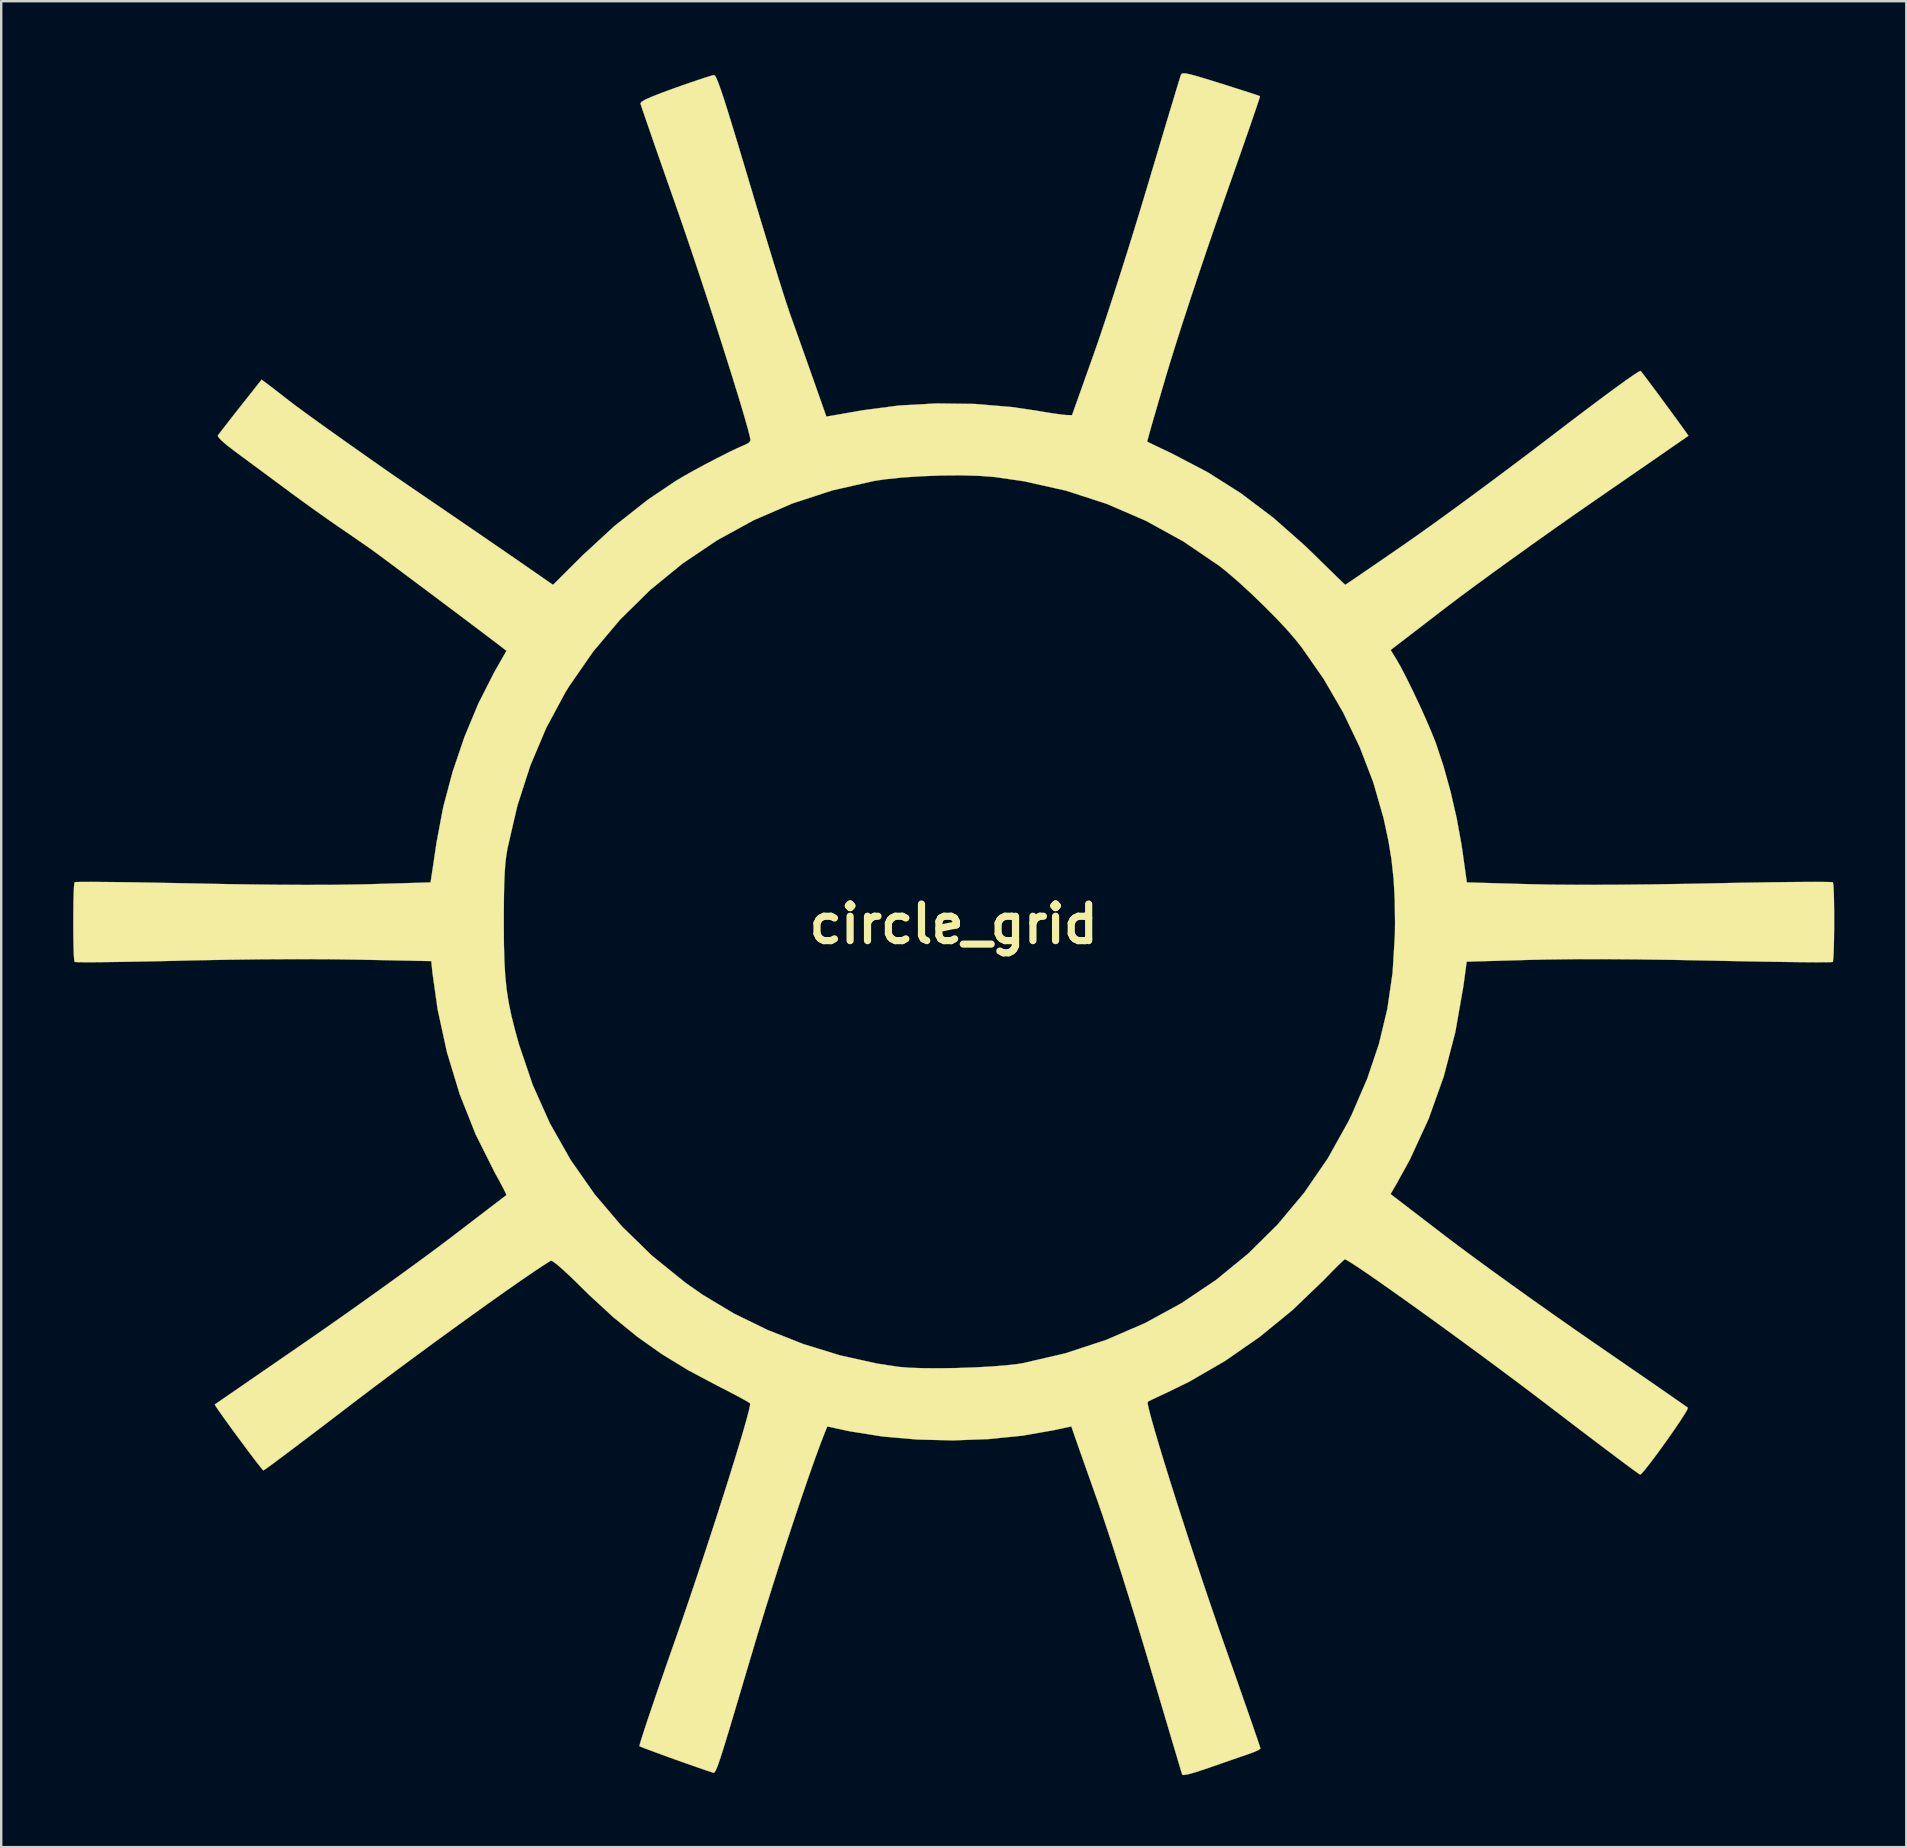
<source format=kicad_pcb>
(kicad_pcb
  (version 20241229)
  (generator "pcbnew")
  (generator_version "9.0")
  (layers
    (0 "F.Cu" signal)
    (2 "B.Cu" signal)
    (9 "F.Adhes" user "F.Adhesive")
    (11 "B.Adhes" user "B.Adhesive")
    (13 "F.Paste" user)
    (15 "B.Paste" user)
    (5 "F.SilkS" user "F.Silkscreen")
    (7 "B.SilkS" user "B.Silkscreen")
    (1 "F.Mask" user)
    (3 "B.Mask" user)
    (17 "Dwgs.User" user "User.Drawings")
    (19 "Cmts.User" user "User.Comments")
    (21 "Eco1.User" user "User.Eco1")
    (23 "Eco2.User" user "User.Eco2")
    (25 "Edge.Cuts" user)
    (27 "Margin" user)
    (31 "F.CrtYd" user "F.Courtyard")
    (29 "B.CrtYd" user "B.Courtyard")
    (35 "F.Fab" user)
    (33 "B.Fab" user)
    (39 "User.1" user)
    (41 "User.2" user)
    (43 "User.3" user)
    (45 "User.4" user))
  (footprint "circle_grid"
    (layer "F.Cu")
    (at 36.697 35.462)
    (property "Reference" "circle_grid" (at 0 0 0) (layer "F.SilkS") (effects (font (size 1.524 1.524) (thickness 0.3))))
    (attr through_hole)
    (fp_poly (pts (xy 9.692 -35.448) (xy 9.893 -35.404) (xy 10.192 -35.321) (xy 10.611 -35.195) (xy 11.134 -35.032) (xy 11.626 -34.876) (xy 12.059 -34.738) (xy 12.41 -34.625) (xy 12.652 -34.545) (xy 12.763 -34.506) (xy 12.766 -34.504) (xy 12.744 -34.422) (xy 12.669 -34.196) (xy 12.548 -33.838) (xy 12.386 -33.365) (xy 12.187 -32.791) (xy 11.957 -32.13) (xy 11.7 -31.397) (xy 11.422 -30.606) (xy 11.255 -30.131) (xy 10.907 -29.136) (xy 10.551 -28.101) (xy 10.198 -27.055) (xy 9.857 -26.029) (xy 9.538 -25.053) (xy 9.252 -24.158) (xy 9.007 -23.372) (xy 8.881 -22.952) (xy 8.686 -22.292) (xy 8.509 -21.685) (xy 8.354 -21.151) (xy 8.226 -20.707) (xy 8.133 -20.373) (xy 8.077 -20.166) (xy 8.064 -20.105) (xy 8.144 -20.065) (xy 8.349 -19.966) (xy 8.648 -19.822) (xy 9.014 -19.649) (xy 9.097 -19.609) (xy 10.57 -18.839) (xy 11.968 -17.954) (xy 13.315 -16.938) (xy 14.634 -15.774) (xy 15.028 -15.393) (xy 15.406 -15.021) (xy 15.741 -14.693) (xy 16.015 -14.426) (xy 16.211 -14.238) (xy 16.309 -14.146) (xy 16.318 -14.14) (xy 16.389 -14.186) (xy 16.585 -14.317) (xy 16.887 -14.523) (xy 17.281 -14.793) (xy 17.751 -15.115) (xy 18.28 -15.479) (xy 18.773 -15.819) (xy 19.341 -16.216) (xy 20.016 -16.698) (xy 20.775 -17.248) (xy 21.59 -17.845) (xy 22.437 -18.472) (xy 23.29 -19.109) (xy 24.124 -19.738) (xy 24.88 -20.314) (xy 25.665 -20.914) (xy 26.377 -21.452) (xy 27.006 -21.924) (xy 27.544 -22.321) (xy 27.984 -22.639) (xy 28.317 -22.871) (xy 28.533 -23.012) (xy 28.626 -23.054) (xy 28.628 -23.053) (xy 28.7 -22.963) (xy 28.85 -22.767) (xy 29.058 -22.49) (xy 29.306 -22.157) (xy 29.575 -21.793) (xy 29.847 -21.422) (xy 30.104 -21.071) (xy 30.328 -20.763) (xy 30.499 -20.525) (xy 30.599 -20.381) (xy 30.617 -20.349) (xy 30.548 -20.3) (xy 30.351 -20.164) (xy 30.04 -19.949) (xy 29.628 -19.663) (xy 29.126 -19.316) (xy 28.547 -18.917) (xy 27.904 -18.473) (xy 27.21 -17.994) (xy 26.716 -17.653) (xy 25.894 -17.083) (xy 25.037 -16.482) (xy 24.17 -15.867) (xy 23.318 -15.257) (xy 22.504 -14.67) (xy 21.755 -14.123) (xy 21.095 -13.634) (xy 20.549 -13.221) (xy 20.517 -13.197) (xy 18.209 -11.423) (xy 18.455 -11.024) (xy 18.645 -10.69) (xy 18.879 -10.238) (xy 19.139 -9.708) (xy 19.408 -9.14) (xy 19.665 -8.571) (xy 19.893 -8.043) (xy 20.073 -7.594) (xy 20.099 -7.526) (xy 20.417 -6.567) (xy 20.711 -5.504) (xy 20.964 -4.4) (xy 21.161 -3.318) (xy 21.2 -3.055) (xy 21.385 -1.736) (xy 23.964 -1.663) (xy 24.978 -1.642) (xy 26.158 -1.634) (xy 27.501 -1.637) (xy 29.002 -1.652) (xy 30.659 -1.678) (xy 31.561 -1.696) (xy 32.467 -1.715) (xy 33.323 -1.73) (xy 34.114 -1.742) (xy 34.824 -1.751) (xy 35.438 -1.756) (xy 35.942 -1.758) (xy 36.32 -1.755) (xy 36.559 -1.75) (xy 36.641 -1.741) (xy 36.66 -1.64) (xy 36.675 -1.402) (xy 36.686 -1.059) (xy 36.692 -0.644) (xy 36.694 -0.19) (xy 36.692 0.272) (xy 36.686 0.71) (xy 36.676 1.09) (xy 36.662 1.381) (xy 36.644 1.55) (xy 36.634 1.579) (xy 36.542 1.586) (xy 36.296 1.59) (xy 35.911 1.591) (xy 35.401 1.587) (xy 34.782 1.58) (xy 34.07 1.57) (xy 33.278 1.557) (xy 32.423 1.54) (xy 31.647 1.524) (xy 29.948 1.491) (xy 28.409 1.47) (xy 27.023 1.46) (xy 25.781 1.463) (xy 24.674 1.477) (xy 24.046 1.491) (xy 21.379 1.566) (xy 21.242 2.582) (xy 20.904 4.509) (xy 20.423 6.35) (xy 19.794 8.112) (xy 19.017 9.802) (xy 18.462 10.812) (xy 18.205 11.252) (xy 20.511 13.021) (xy 21.052 13.43) (xy 21.708 13.915) (xy 22.454 14.459) (xy 23.265 15.044) (xy 24.115 15.652) (xy 24.981 16.264) (xy 25.836 16.864) (xy 26.656 17.432) (xy 26.67 17.441) (xy 27.391 17.938) (xy 28.072 18.406) (xy 28.697 18.838) (xy 29.256 19.224) (xy 29.735 19.555) (xy 30.121 19.823) (xy 30.401 20.018) (xy 30.562 20.132) (xy 30.596 20.157) (xy 30.569 20.239) (xy 30.458 20.431) (xy 30.279 20.707) (xy 30.053 21.042) (xy 29.795 21.412) (xy 29.524 21.791) (xy 29.259 22.154) (xy 29.016 22.476) (xy 28.814 22.732) (xy 28.672 22.896) (xy 28.609 22.945) (xy 28.531 22.895) (xy 28.33 22.751) (xy 28.02 22.522) (xy 27.613 22.217) (xy 27.12 21.847) (xy 26.554 21.419) (xy 25.927 20.943) (xy 25.252 20.428) (xy 24.747 20.042) (xy 24.099 19.549) (xy 23.407 19.028) (xy 22.683 18.489) (xy 21.941 17.94) (xy 21.194 17.392) (xy 20.455 16.853) (xy 19.736 16.333) (xy 19.051 15.841) (xy 18.413 15.387) (xy 17.835 14.979) (xy 17.329 14.628) (xy 16.909 14.342) (xy 16.588 14.131) (xy 16.379 14.004) (xy 16.299 13.97) (xy 16.227 14.028) (xy 16.061 14.187) (xy 15.821 14.426) (xy 15.53 14.723) (xy 15.387 14.87) (xy 14.113 16.092) (xy 12.744 17.21) (xy 11.307 18.207) (xy 9.827 19.065) (xy 8.91 19.514) (xy 8.577 19.668) (xy 8.306 19.797) (xy 8.13 19.885) (xy 8.084 19.913) (xy 8.088 20.013) (xy 8.142 20.258) (xy 8.242 20.634) (xy 8.382 21.127) (xy 8.558 21.721) (xy 8.765 22.403) (xy 8.999 23.156) (xy 9.255 23.967) (xy 9.529 24.821) (xy 9.815 25.703) (xy 10.11 26.598) (xy 10.408 27.493) (xy 10.705 28.371) (xy 10.996 29.219) (xy 11.253 29.954) (xy 11.541 30.772) (xy 11.812 31.542) (xy 12.059 32.25) (xy 12.279 32.88) (xy 12.466 33.418) (xy 12.614 33.848) (xy 12.72 34.157) (xy 12.776 34.329) (xy 12.785 34.36) (xy 12.711 34.418) (xy 12.517 34.506) (xy 12.255 34.602) (xy 11.968 34.699) (xy 11.573 34.836) (xy 11.12 34.993) (xy 10.661 35.153) (xy 10.641 35.16) (xy 10.138 35.329) (xy 9.782 35.431) (xy 9.576 35.464) (xy 9.522 35.445) (xy 9.492 35.348) (xy 9.419 35.103) (xy 9.307 34.727) (xy 9.16 34.233) (xy 8.983 33.638) (xy 8.78 32.955) (xy 8.556 32.201) (xy 8.316 31.391) (xy 8.171 30.903) (xy 7.891 29.968) (xy 7.596 29) (xy 7.295 28.029) (xy 6.997 27.08) (xy 6.71 26.183) (xy 6.444 25.364) (xy 6.206 24.651) (xy 6.007 24.072) (xy 5.997 24.045) (xy 5.776 23.422) (xy 5.568 22.835) (xy 5.382 22.308) (xy 5.225 21.863) (xy 5.106 21.524) (xy 5.033 21.315) (xy 5.022 21.283) (xy 4.902 20.933) (xy 4.208 21.086) (xy 2.875 21.32) (xy 1.445 21.464) (xy -0.036 21.518) (xy -1.523 21.482) (xy -2.969 21.355) (xy -4.327 21.139) (xy -4.56 21.09) (xy -5.268 20.936) (xy -5.375 21.199) (xy -5.556 21.668) (xy -5.779 22.276) (xy -6.035 23.001) (xy -6.317 23.821) (xy -6.617 24.714) (xy -6.929 25.656) (xy -7.244 26.626) (xy -7.555 27.601) (xy -7.855 28.559) (xy -8.137 29.477) (xy -8.305 30.038) (xy -8.622 31.105) (xy -8.894 32.02) (xy -9.125 32.797) (xy -9.319 33.445) (xy -9.48 33.976) (xy -9.611 34.401) (xy -9.717 34.732) (xy -9.8 34.98) (xy -9.866 35.156) (xy -9.917 35.272) (xy -9.959 35.339) (xy -9.993 35.368) (xy -10.025 35.371) (xy -10.058 35.358) (xy -10.097 35.342) (xy -10.101 35.34) (xy -10.355 35.257) (xy -10.698 35.139) (xy -11.102 34.998) (xy -11.535 34.844) (xy -11.967 34.688) (xy -12.368 34.541) (xy -12.709 34.415) (xy -12.959 34.32) (xy -13.087 34.266) (xy -13.097 34.26) (xy -13.079 34.173) (xy -13.01 33.941) (xy -12.893 33.578) (xy -12.735 33.101) (xy -12.539 32.523) (xy -12.312 31.858) (xy -12.057 31.123) (xy -11.781 30.331) (xy -11.618 29.868) (xy -11.337 29.064) (xy -11.046 28.216) (xy -10.75 27.338) (xy -10.453 26.446) (xy -10.159 25.554) (xy -9.875 24.678) (xy -9.604 23.833) (xy -9.351 23.033) (xy -9.121 22.294) (xy -8.919 21.63) (xy -8.75 21.058) (xy -8.618 20.591) (xy -8.528 20.245) (xy -8.485 20.035) (xy -8.484 19.979) (xy -8.564 19.921) (xy -8.772 19.802) (xy -9.082 19.634) (xy -9.47 19.432) (xy -9.864 19.232) (xy -11.07 18.59) (xy -12.162 17.923) (xy -13.182 17.202) (xy -14.173 16.396) (xy -15.174 15.475) (xy -15.521 15.134) (xy -15.943 14.721) (xy -16.293 14.395) (xy -16.56 14.165) (xy -16.732 14.043) (xy -16.791 14.027) (xy -17.102 14.223) (xy -17.532 14.509) (xy -18.065 14.874) (xy -18.683 15.306) (xy -19.373 15.794) (xy -20.116 16.326) (xy -20.897 16.89) (xy -21.7 17.474) (xy -22.508 18.068) (xy -23.306 18.658) (xy -24.076 19.235) (xy -24.804 19.785) (xy -25.087 20.001) (xy -25.772 20.525) (xy -26.418 21.017) (xy -27.011 21.466) (xy -27.538 21.865) (xy -27.988 22.202) (xy -28.347 22.47) (xy -28.604 22.658) (xy -28.746 22.757) (xy -28.77 22.771) (xy -28.832 22.705) (xy -28.973 22.529) (xy -29.175 22.266) (xy -29.42 21.941) (xy -29.689 21.58) (xy -29.965 21.206) (xy -30.228 20.845) (xy -30.461 20.521) (xy -30.646 20.259) (xy -30.763 20.084) (xy -30.796 20.021) (xy -30.725 19.972) (xy -30.527 19.836) (xy -30.215 19.621) (xy -29.802 19.337) (xy -29.302 18.992) (xy -28.726 18.595) (xy -28.088 18.155) (xy -27.4 17.682) (xy -27.051 17.441) (xy -26.24 16.879) (xy -25.39 16.283) (xy -24.527 15.671) (xy -23.677 15.063) (xy -22.866 14.478) (xy -22.12 13.933) (xy -21.466 13.449) (xy -20.997 13.095) (xy -20.451 12.678) (xy -19.949 12.294) (xy -19.507 11.956) (xy -19.139 11.675) (xy -18.862 11.463) (xy -18.691 11.333) (xy -18.641 11.295) (xy -18.669 11.218) (xy -18.766 11.023) (xy -18.917 10.738) (xy -19.107 10.392) (xy -19.126 10.358) (xy -19.919 8.775) (xy -20.586 7.096) (xy -21.118 5.347) (xy -21.509 3.553) (xy -21.719 2.063) (xy -21.774 1.543) (xy -24.852 1.481) (xy -26.037 1.465) (xy -27.359 1.46) (xy -28.786 1.467) (xy -30.287 1.486) (xy -31.829 1.515) (xy -32.255 1.526) (xy -33.095 1.545) (xy -33.884 1.561) (xy -34.605 1.574) (xy -35.241 1.583) (xy -35.778 1.588) (xy -36.199 1.589) (xy -36.488 1.586) (xy -36.628 1.578) (xy -36.638 1.575) (xy -36.657 1.474) (xy -36.672 1.237) (xy -36.683 0.896) (xy -36.69 0.481) (xy -36.692 0.027) (xy -36.692 -0.085) (xy -18.751 -0.085) (xy -18.746 0.78) (xy -18.728 1.512) (xy -18.692 2.146) (xy -18.634 2.719) (xy -18.549 3.267) (xy -18.433 3.825) (xy -18.281 4.429) (xy -18.115 5.025) (xy -17.546 6.704) (xy -16.828 8.308) (xy -15.965 9.83) (xy -14.963 11.263) (xy -13.828 12.599) (xy -12.565 13.829) (xy -11.179 14.948) (xy -10.456 15.454) (xy -9.16 16.231) (xy -7.75 16.919) (xy -6.261 17.505) (xy -4.731 17.976) (xy -3.196 18.316) (xy -2.286 18.454) (xy -1.839 18.49) (xy -1.264 18.509) (xy -0.601 18.513) (xy 0.111 18.502) (xy 0.833 18.478) (xy 1.525 18.441) (xy 2.147 18.393) (xy 2.661 18.335) (xy 2.879 18.3) (xy 4.65 17.89) (xy 6.348 17.332) (xy 7.967 16.633) (xy 9.497 15.797) (xy 10.934 14.831) (xy 12.269 13.738) (xy 13.495 12.526) (xy 14.606 11.198) (xy 15.594 9.76) (xy 16.453 8.219) (xy 16.6 7.916) (xy 17.234 6.445) (xy 17.722 4.997) (xy 18.072 3.538) (xy 18.291 2.032) (xy 18.387 0.445) (xy 18.393 -0.085) (xy 18.38 -1.041) (xy 18.333 -1.887) (xy 18.247 -2.68) (xy 18.116 -3.478) (xy 17.932 -4.339) (xy 17.907 -4.445) (xy 17.487 -5.907) (xy 16.921 -7.379) (xy 16.227 -8.825) (xy 15.423 -10.211) (xy 14.526 -11.5) (xy 14.248 -11.853) (xy 13.893 -12.265) (xy 13.442 -12.747) (xy 12.93 -13.262) (xy 12.393 -13.779) (xy 11.867 -14.262) (xy 11.386 -14.676) (xy 11.064 -14.932) (xy 9.572 -15.946) (xy 8.01 -16.807) (xy 6.379 -17.512) (xy 4.683 -18.063) (xy 2.924 -18.456) (xy 1.699 -18.633) (xy 1.069 -18.681) (xy 0.321 -18.702) (xy -0.495 -18.696) (xy -1.331 -18.665) (xy -2.136 -18.612) (xy -2.862 -18.537) (xy -3.322 -18.468) (xy -5.052 -18.076) (xy -6.725 -17.529) (xy -8.331 -16.834) (xy -9.861 -15.996) (xy -11.305 -15.023) (xy -12.654 -13.921) (xy -13.897 -12.698) (xy -15.026 -11.358) (xy -16.03 -9.909) (xy -16.189 -9.65) (xy -16.981 -8.179) (xy -17.648 -6.6) (xy -18.187 -4.927) (xy -18.593 -3.171) (xy -18.6 -3.133) (xy -18.65 -2.83) (xy -18.688 -2.504) (xy -18.715 -2.126) (xy -18.734 -1.67) (xy -18.745 -1.11) (xy -18.75 -0.418) (xy -18.751 -0.085) (xy -36.692 -0.085) (xy -36.691 -0.435) (xy -36.686 -0.873) (xy -36.677 -1.254) (xy -36.664 -1.545) (xy -36.647 -1.716) (xy -36.637 -1.745) (xy -36.545 -1.753) (xy -36.299 -1.757) (xy -35.913 -1.758) (xy -35.405 -1.754) (xy -34.787 -1.748) (xy -34.076 -1.738) (xy -33.287 -1.724) (xy -32.435 -1.708) (xy -31.732 -1.694) (xy -30.008 -1.661) (xy -28.438 -1.64) (xy -27.026 -1.632) (xy -25.775 -1.636) (xy -24.689 -1.653) (xy -24.342 -1.662) (xy -21.803 -1.736) (xy -21.745 -2.117) (xy -21.708 -2.361) (xy -21.654 -2.719) (xy -21.593 -3.135) (xy -21.549 -3.429) (xy -21.276 -4.87) (xy -20.885 -6.342) (xy -20.391 -7.798) (xy -19.811 -9.19) (xy -19.161 -10.472) (xy -19.098 -10.584) (xy -18.639 -11.388) (xy -18.857 -11.557) (xy -19.065 -11.717) (xy -19.38 -11.956) (xy -19.783 -12.261) (xy -20.253 -12.615) (xy -20.771 -13.004) (xy -21.317 -13.414) (xy -21.871 -13.829) (xy -22.413 -14.235) (xy -22.924 -14.617) (xy -23.383 -14.959) (xy -23.772 -15.248) (xy -24.069 -15.468) (xy -24.256 -15.604) (xy -24.282 -15.623) (xy -24.546 -15.808) (xy -24.903 -16.054) (xy -25.304 -16.33) (xy -25.681 -16.588) (xy -26.069 -16.857) (xy -26.545 -17.194) (xy -27.063 -17.566) (xy -27.575 -17.939) (xy -27.863 -18.152) (xy -28.337 -18.504) (xy -28.833 -18.871) (xy -29.307 -19.221) (xy -29.716 -19.523) (xy -29.927 -19.678) (xy -30.283 -19.951) (xy -30.53 -20.166) (xy -30.656 -20.31) (xy -30.667 -20.361) (xy -30.596 -20.458) (xy -30.439 -20.662) (xy -30.215 -20.951) (xy -29.942 -21.3) (xy -29.726 -21.574) (xy -28.844 -22.69) (xy -28.54 -22.462) (xy -28.323 -22.297) (xy -28.032 -22.072) (xy -27.725 -21.832) (xy -27.686 -21.802) (xy -27.406 -21.589) (xy -26.996 -21.288) (xy -26.466 -20.904) (xy -25.825 -20.446) (xy -25.082 -19.92) (xy -24.248 -19.333) (xy -23.664 -18.923) (xy -23.451 -18.775) (xy -23.124 -18.55) (xy -22.709 -18.266) (xy -22.234 -17.941) (xy -21.724 -17.593) (xy -21.378 -17.357) (xy -20.781 -16.95) (xy -20.128 -16.503) (xy -19.465 -16.048) (xy -18.836 -15.616) (xy -18.289 -15.239) (xy -18.15 -15.143) (xy -16.699 -14.138) (xy -15.483 -15.35) (xy -14.14 -16.589) (xy -12.742 -17.69) (xy -11.6 -18.459) (xy -11.259 -18.662) (xy -10.832 -18.902) (xy -10.356 -19.159) (xy -9.869 -19.413) (xy -9.409 -19.646) (xy -9.015 -19.836) (xy -8.724 -19.964) (xy -8.692 -19.976) (xy -8.529 -20.066) (xy -8.467 -20.152) (xy -8.493 -20.305) (xy -8.568 -20.603) (xy -8.688 -21.029) (xy -8.846 -21.567) (xy -9.039 -22.201) (xy -9.26 -22.915) (xy -9.505 -23.692) (xy -9.768 -24.518) (xy -10.044 -25.375) (xy -10.329 -26.248) (xy -10.618 -27.121) (xy -10.904 -27.976) (xy -11.183 -28.8) (xy -11.45 -29.574) (xy -11.559 -29.887) (xy -11.842 -30.693) (xy -12.108 -31.453) (xy -12.352 -32.151) (xy -12.568 -32.772) (xy -12.751 -33.301) (xy -12.896 -33.722) (xy -12.998 -34.02) (xy -13.05 -34.18) (xy -13.056 -34.201) (xy -13.014 -34.267) (xy -12.856 -34.36) (xy -12.571 -34.487) (xy -12.147 -34.652) (xy -11.599 -34.852) (xy -11.122 -35.02) (xy -10.694 -35.166) (xy -10.343 -35.282) (xy -10.096 -35.358) (xy -9.984 -35.385) (xy -9.944 -35.353) (xy -9.886 -35.246) (xy -9.808 -35.055) (xy -9.705 -34.769) (xy -9.574 -34.378) (xy -9.413 -33.871) (xy -9.218 -33.239) (xy -8.984 -32.47) (xy -8.71 -31.556) (xy -8.522 -30.924) (xy -8.26 -30.049) (xy -8.002 -29.193) (xy -7.753 -28.375) (xy -7.52 -27.614) (xy -7.308 -26.93) (xy -7.123 -26.342) (xy -6.971 -25.87) (xy -6.86 -25.534) (xy -6.828 -25.442) (xy -6.679 -25.027) (xy -6.491 -24.5) (xy -6.281 -23.909) (xy -6.066 -23.302) (xy -5.884 -22.788) (xy -5.306 -21.149) (xy -5.045 -21.195) (xy -4.859 -21.227) (xy -4.55 -21.281) (xy -4.163 -21.348) (xy -3.782 -21.415) (xy -2.291 -21.611) (xy -0.725 -21.698) (xy 0.862 -21.678) (xy 2.414 -21.549) (xy 3.387 -21.407) (xy 3.813 -21.335) (xy 4.199 -21.275) (xy 4.504 -21.233) (xy 4.684 -21.215) (xy 4.688 -21.215) (xy 4.931 -21.209) (xy 5.85 -23.791) (xy 6.062 -24.4) (xy 6.311 -25.143) (xy 6.589 -25.991) (xy 6.887 -26.915) (xy 7.195 -27.888) (xy 7.504 -28.879) (xy 7.805 -29.86) (xy 8.089 -30.804) (xy 8.09 -30.808) (xy 8.34 -31.645) (xy 8.576 -32.436) (xy 8.794 -33.165) (xy 8.99 -33.818) (xy 9.159 -34.377) (xy 9.295 -34.83) (xy 9.396 -35.159) (xy 9.455 -35.35) (xy 9.468 -35.39) (xy 9.501 -35.436) (xy 9.568 -35.457) (xy 9.692 -35.448)) (stroke (width 0.01) (type solid)) (fill yes) (layer "F.SilkS")))
  (gr_rect
    (start -3 -3)
    (end 76.397 73.931)
    (stroke (width 0.1) (type default))
    (fill no)
    (layer "Edge.Cuts")))
</source>
